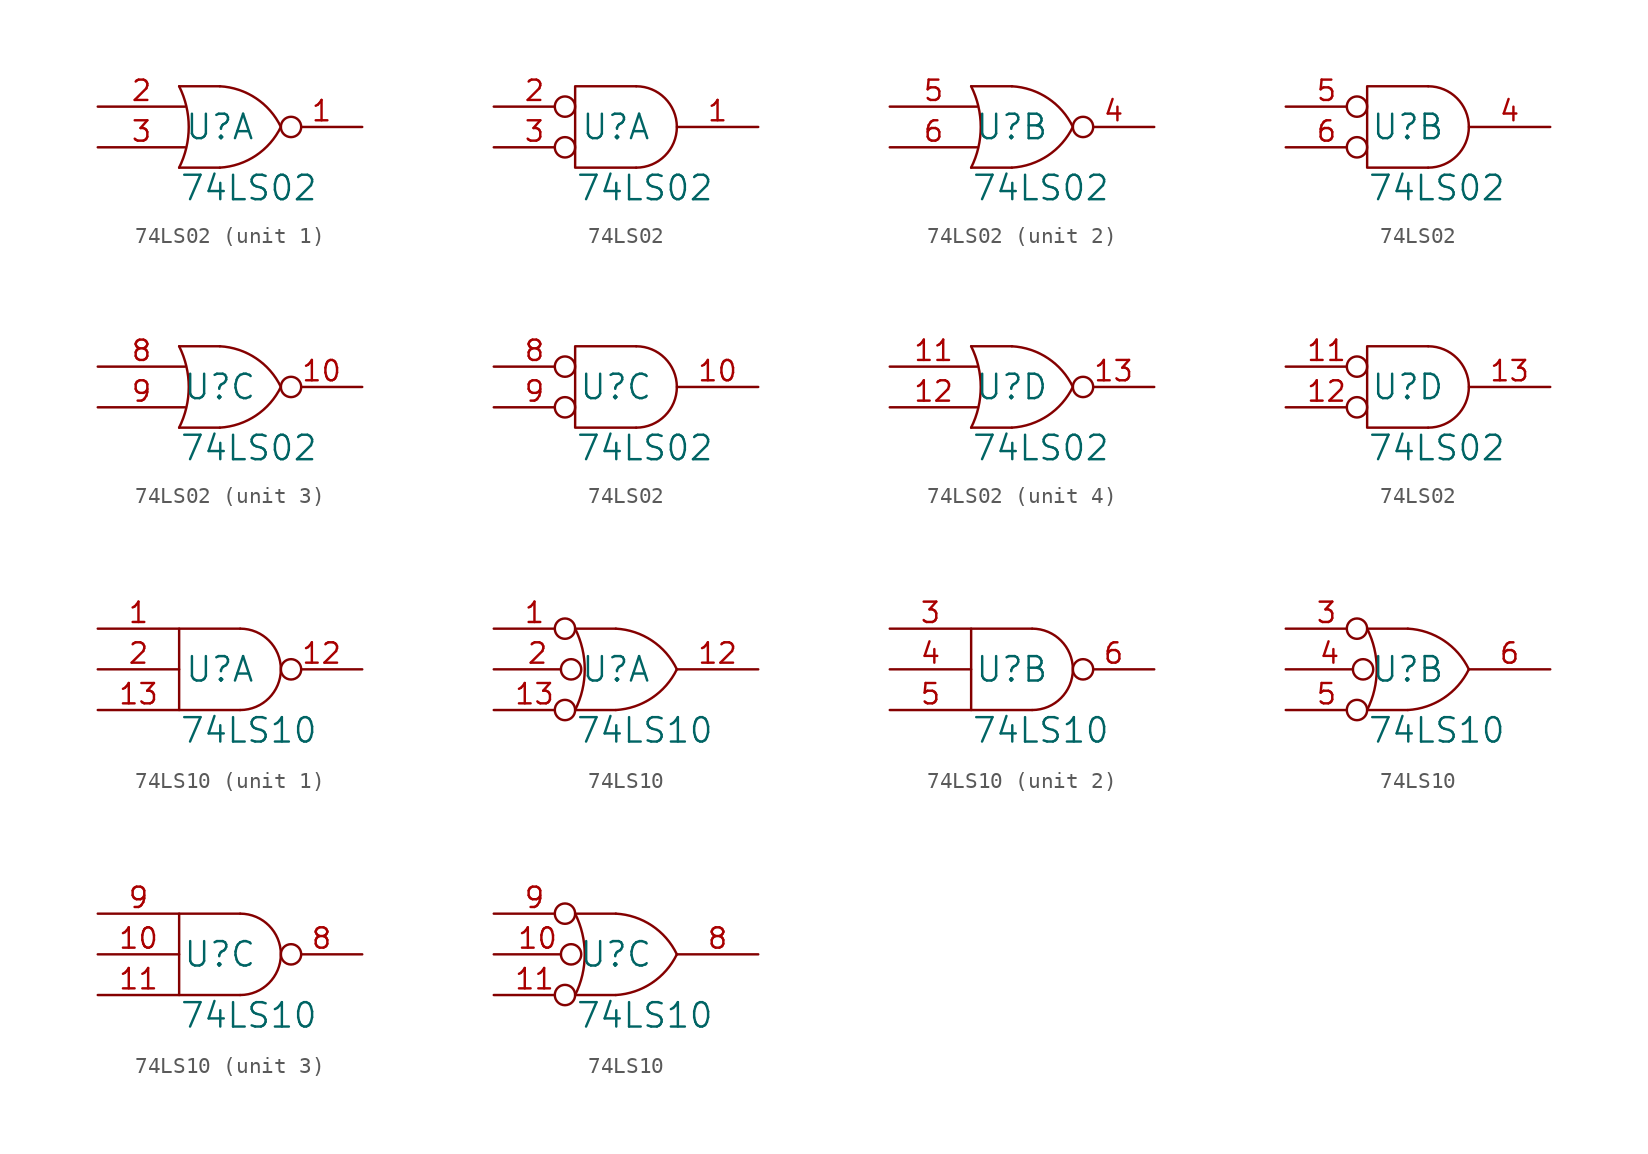
<source format=kicad_sym>
(kicad_symbol_lib
  (version 20211014)
  (generator kicad_symbol_editor)
  (symbol "74LS02"
    (pin_names
      (offset 0.762))
    (property "Reference" "U"
      (at 0 0 0)
      (effects (font (size 1.524 1.524))))
    (property "Value" "74LS02"
      (at -2.54 -3.81 0)
      (effects (font (size 1.524 1.524)) (justify left)))
    (property "Footprint" ""
      (at 0 0 0)
      (effects (font (size 1.524 1.524))))
    (property "Datasheet" ""
      (at 0 0 0)
      (effects (font (size 1.524 1.524))))
    (symbol "74LS02_0_0"
      (pin power_in line (at -1.27 2.54 90) (length 0) hide (name "VCC" (effects (font (size 1.016 1.016)))) (number "14" (effects (font (size 1.016 1.016)))))
      (pin power_in line (at -1.27 -2.54 90) (length 0) hide (name "GND" (effects (font (size 1.016 1.016)))) (number "7" (effects (font (size 1.016 1.016))))))
    (symbol "74LS02_0_1"
      (arc (start -2.54 -2.54) (mid -1.9404 0) (end -2.54 2.54) (stroke (width 0) (type default) (color 0 0 0 0)) (fill (type none)))
      (arc (start 0 -2.54) (mid 2.2496 -1.787) (end 3.81 0) (stroke (width 0) (type default) (color 0 0 0 0)) (fill (type none)))
      (polyline (pts (xy -2.54 -2.54) (xy 0 -2.54)) (stroke (width 0) (type default) (color 0 0 0 0)) (fill (type none)))
      (polyline (pts (xy -2.54 2.54) (xy 0 2.54)) (stroke (width 0) (type default) (color 0 0 0 0)) (fill (type none)))
      (arc (start 3.81 0) (mid 2.2536 1.793) (end 0 2.54) (stroke (width 0) (type default) (color 0 0 0 0)) (fill (type none))))
    (symbol "74LS02_0_2"
      (polyline (pts (xy 1.27 2.54) (xy -2.54 2.54) (xy -2.54 -2.54) (xy 1.27 -2.54)) (stroke (width 0) (type default) (color 0 0 0 0)) (fill (type none)))
      (arc (start 1.27 -2.54) (mid 3.81 0) (end 1.27 2.54) (stroke (width 0) (type default) (color 0 0 0 0)) (fill (type none))))
    (symbol "74LS02_1_1"
      (pin output inverted (at 8.89 0 180) (length 5.08) (name "~" (effects (font (size 1.27 1.27)))) (number "1" (effects (font (size 1.27 1.27)))))
      (pin input line (at -7.62 1.27 0) (length 5.461) (name "~" (effects (font (size 1.27 1.27)))) (number "2" (effects (font (size 1.27 1.27)))))
      (pin input line (at -7.62 -1.27 0) (length 5.461) (name "~" (effects (font (size 1.27 1.27)))) (number "3" (effects (font (size 1.27 1.27))))))
    (symbol "74LS02_1_2"
      (pin output line (at 8.89 0 180) (length 5.08) (name "~" (effects (font (size 1.27 1.27)))) (number "1" (effects (font (size 1.27 1.27)))))
      (pin input inverted (at -7.62 1.27 0) (length 5.08) (name "~" (effects (font (size 1.27 1.27)))) (number "2" (effects (font (size 1.27 1.27)))))
      (pin input inverted (at -7.62 -1.27 0) (length 5.08) (name "~" (effects (font (size 1.27 1.27)))) (number "3" (effects (font (size 1.27 1.27))))))
    (symbol "74LS02_2_1"
      (pin output inverted (at 8.89 0 180) (length 5.08) (name "~" (effects (font (size 1.27 1.27)))) (number "4" (effects (font (size 1.27 1.27)))))
      (pin input line (at -7.62 1.27 0) (length 5.461) (name "~" (effects (font (size 1.27 1.27)))) (number "5" (effects (font (size 1.27 1.27)))))
      (pin input line (at -7.62 -1.27 0) (length 5.461) (name "~" (effects (font (size 1.27 1.27)))) (number "6" (effects (font (size 1.27 1.27))))))
    (symbol "74LS02_2_2"
      (pin output line (at 8.89 0 180) (length 5.08) (name "~" (effects (font (size 1.27 1.27)))) (number "4" (effects (font (size 1.27 1.27)))))
      (pin input inverted (at -7.62 1.27 0) (length 5.08) (name "~" (effects (font (size 1.27 1.27)))) (number "5" (effects (font (size 1.27 1.27)))))
      (pin input inverted (at -7.62 -1.27 0) (length 5.08) (name "~" (effects (font (size 1.27 1.27)))) (number "6" (effects (font (size 1.27 1.27))))))
    (symbol "74LS02_3_1"
      (pin output inverted (at 8.89 0 180) (length 5.08) (name "~" (effects (font (size 1.27 1.27)))) (number "10" (effects (font (size 1.27 1.27)))))
      (pin input line (at -7.62 1.27 0) (length 5.461) (name "~" (effects (font (size 1.27 1.27)))) (number "8" (effects (font (size 1.27 1.27)))))
      (pin input line (at -7.62 -1.27 0) (length 5.461) (name "~" (effects (font (size 1.27 1.27)))) (number "9" (effects (font (size 1.27 1.27))))))
    (symbol "74LS02_3_2"
      (pin output line (at 8.89 0 180) (length 5.08) (name "~" (effects (font (size 1.27 1.27)))) (number "10" (effects (font (size 1.27 1.27)))))
      (pin input inverted (at -7.62 1.27 0) (length 5.08) (name "~" (effects (font (size 1.27 1.27)))) (number "8" (effects (font (size 1.27 1.27)))))
      (pin input inverted (at -7.62 -1.27 0) (length 5.08) (name "~" (effects (font (size 1.27 1.27)))) (number "9" (effects (font (size 1.27 1.27))))))
    (symbol "74LS02_4_1"
      (pin input line (at -7.62 1.27 0) (length 5.461) (name "~" (effects (font (size 1.27 1.27)))) (number "11" (effects (font (size 1.27 1.27)))))
      (pin input line (at -7.62 -1.27 0) (length 5.461) (name "~" (effects (font (size 1.27 1.27)))) (number "12" (effects (font (size 1.27 1.27)))))
      (pin output inverted (at 8.89 0 180) (length 5.08) (name "~" (effects (font (size 1.27 1.27)))) (number "13" (effects (font (size 1.27 1.27))))))
    (symbol "74LS02_4_2"
      (pin input inverted (at -7.62 1.27 0) (length 5.08) (name "~" (effects (font (size 1.27 1.27)))) (number "11" (effects (font (size 1.27 1.27)))))
      (pin input inverted (at -7.62 -1.27 0) (length 5.08) (name "~" (effects (font (size 1.27 1.27)))) (number "12" (effects (font (size 1.27 1.27)))))
      (pin output line (at 8.89 0 180) (length 5.08) (name "~" (effects (font (size 1.27 1.27)))) (number "13" (effects (font (size 1.27 1.27)))))))
  (symbol "74LS10"
    (pin_names
      (offset 0.762))
    (property "Reference" "U"
      (at 0 0 0)
      (effects (font (size 1.524 1.524))))
    (property "Value" "74LS10"
      (at -2.54 -3.81 0)
      (effects (font (size 1.524 1.524)) (justify left)))
    (property "Footprint" ""
      (at 0 0 0)
      (effects (font (size 1.524 1.524))))
    (property "Datasheet" ""
      (at 0 0 0)
      (effects (font (size 1.524 1.524))))
    (symbol "74LS10_0_0"
      (pin power_in line (at -1.27 2.54 90) (length 0) hide (name "VCC" (effects (font (size 1.016 1.016)))) (number "14" (effects (font (size 1.016 1.016)))))
      (pin power_in line (at -1.27 -2.54 90) (length 0) hide (name "GND" (effects (font (size 1.016 1.016)))) (number "7" (effects (font (size 1.016 1.016))))))
    (symbol "74LS10_0_1"
      (polyline (pts (xy 1.27 2.54) (xy -2.54 2.54) (xy -2.54 -2.54) (xy 1.27 -2.54)) (stroke (width 0) (type default) (color 0 0 0 0)) (fill (type none)))
      (arc (start 1.27 -2.54) (mid 3.81 0) (end 1.27 2.54) (stroke (width 0) (type default) (color 0 0 0 0)) (fill (type none))))
    (symbol "74LS10_0_2"
      (arc (start -2.54 -2.54) (mid -1.9404 0) (end -2.54 2.54) (stroke (width 0) (type default) (color 0 0 0 0)) (fill (type none)))
      (arc (start 0 -2.54) (mid 2.2496 -1.787) (end 3.81 0) (stroke (width 0) (type default) (color 0 0 0 0)) (fill (type none)))
      (polyline (pts (xy 0 -2.54) (xy -2.54 -2.54)) (stroke (width 0) (type default) (color 0 0 0 0)) (fill (type none)))
      (polyline (pts (xy 0 2.54) (xy -2.54 2.54) (xy -2.54 2.54)) (stroke (width 0) (type default) (color 0 0 0 0)) (fill (type none)))
      (arc (start 3.81 0) (mid 2.2536 1.793) (end 0 2.54) (stroke (width 0) (type default) (color 0 0 0 0)) (fill (type none))))
    (symbol "74LS10_1_1"
      (pin input line (at -7.62 2.54 0) (length 5.08) (name "~" (effects (font (size 1.27 1.27)))) (number "1" (effects (font (size 1.27 1.27)))))
      (pin output inverted (at 8.89 0 180) (length 5.08) (name "~" (effects (font (size 1.27 1.27)))) (number "12" (effects (font (size 1.27 1.27)))))
      (pin input line (at -7.62 -2.54 0) (length 5.08) (name "~" (effects (font (size 1.27 1.27)))) (number "13" (effects (font (size 1.27 1.27)))))
      (pin input line (at -7.62 0 0) (length 5.08) (name "~" (effects (font (size 1.27 1.27)))) (number "2" (effects (font (size 1.27 1.27))))))
    (symbol "74LS10_1_2"
      (pin input inverted (at -7.62 2.54 0) (length 5.08) (name "~" (effects (font (size 1.27 1.27)))) (number "1" (effects (font (size 1.27 1.27)))))
      (pin output line (at 8.89 0 180) (length 5.08) (name "~" (effects (font (size 1.27 1.27)))) (number "12" (effects (font (size 1.27 1.27)))))
      (pin input inverted (at -7.62 -2.54 0) (length 5.08) (name "~" (effects (font (size 1.27 1.27)))) (number "13" (effects (font (size 1.27 1.27)))))
      (pin input inverted (at -7.62 0 0) (length 5.461) (name "~" (effects (font (size 1.27 1.27)))) (number "2" (effects (font (size 1.27 1.27))))))
    (symbol "74LS10_2_1"
      (pin input line (at -7.62 2.54 0) (length 5.08) (name "~" (effects (font (size 1.27 1.27)))) (number "3" (effects (font (size 1.27 1.27)))))
      (pin input line (at -7.62 0 0) (length 5.08) (name "~" (effects (font (size 1.27 1.27)))) (number "4" (effects (font (size 1.27 1.27)))))
      (pin input line (at -7.62 -2.54 0) (length 5.08) (name "~" (effects (font (size 1.27 1.27)))) (number "5" (effects (font (size 1.27 1.27)))))
      (pin output inverted (at 8.89 0 180) (length 5.08) (name "~" (effects (font (size 1.27 1.27)))) (number "6" (effects (font (size 1.27 1.27))))))
    (symbol "74LS10_2_2"
      (pin input inverted (at -7.62 2.54 0) (length 5.08) (name "~" (effects (font (size 1.27 1.27)))) (number "3" (effects (font (size 1.27 1.27)))))
      (pin input inverted (at -7.62 0 0) (length 5.461) (name "~" (effects (font (size 1.27 1.27)))) (number "4" (effects (font (size 1.27 1.27)))))
      (pin input inverted (at -7.62 -2.54 0) (length 5.08) (name "~" (effects (font (size 1.27 1.27)))) (number "5" (effects (font (size 1.27 1.27)))))
      (pin output line (at 8.89 0 180) (length 5.08) (name "~" (effects (font (size 1.27 1.27)))) (number "6" (effects (font (size 1.27 1.27))))))
    (symbol "74LS10_3_1"
      (pin input line (at -7.62 0 0) (length 5.08) (name "~" (effects (font (size 1.27 1.27)))) (number "10" (effects (font (size 1.27 1.27)))))
      (pin input line (at -7.62 -2.54 0) (length 5.08) (name "~" (effects (font (size 1.27 1.27)))) (number "11" (effects (font (size 1.27 1.27)))))
      (pin output inverted (at 8.89 0 180) (length 5.08) (name "~" (effects (font (size 1.27 1.27)))) (number "8" (effects (font (size 1.27 1.27)))))
      (pin input line (at -7.62 2.54 0) (length 5.08) (name "~" (effects (font (size 1.27 1.27)))) (number "9" (effects (font (size 1.27 1.27))))))
    (symbol "74LS10_3_2"
      (pin input inverted (at -7.62 0 0) (length 5.461) (name "~" (effects (font (size 1.27 1.27)))) (number "10" (effects (font (size 1.27 1.27)))))
      (pin input inverted (at -7.62 -2.54 0) (length 5.08) (name "~" (effects (font (size 1.27 1.27)))) (number "11" (effects (font (size 1.27 1.27)))))
      (pin output line (at 8.89 0 180) (length 5.08) (name "~" (effects (font (size 1.27 1.27)))) (number "8" (effects (font (size 1.27 1.27)))))
      (pin input inverted (at -7.62 2.54 0) (length 5.08) (name "~" (effects (font (size 1.27 1.27)))) (number "9" (effects (font (size 1.27 1.27))))))))
</source>
